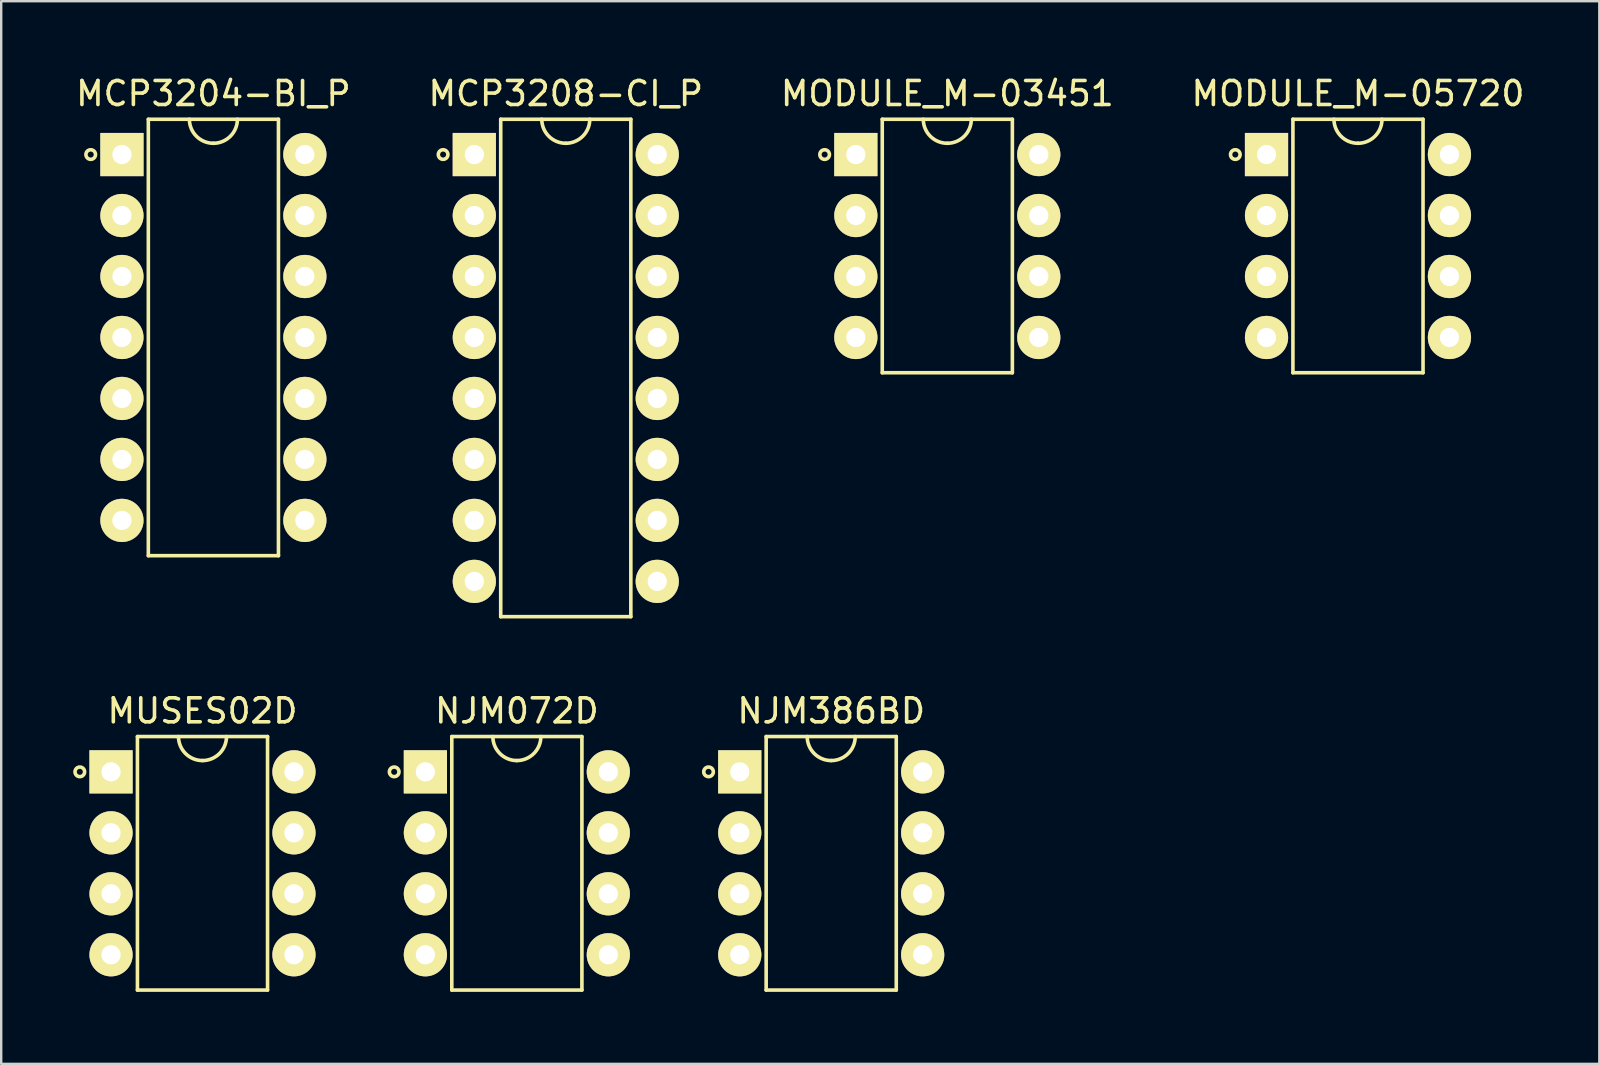
<source format=kicad_pcb>
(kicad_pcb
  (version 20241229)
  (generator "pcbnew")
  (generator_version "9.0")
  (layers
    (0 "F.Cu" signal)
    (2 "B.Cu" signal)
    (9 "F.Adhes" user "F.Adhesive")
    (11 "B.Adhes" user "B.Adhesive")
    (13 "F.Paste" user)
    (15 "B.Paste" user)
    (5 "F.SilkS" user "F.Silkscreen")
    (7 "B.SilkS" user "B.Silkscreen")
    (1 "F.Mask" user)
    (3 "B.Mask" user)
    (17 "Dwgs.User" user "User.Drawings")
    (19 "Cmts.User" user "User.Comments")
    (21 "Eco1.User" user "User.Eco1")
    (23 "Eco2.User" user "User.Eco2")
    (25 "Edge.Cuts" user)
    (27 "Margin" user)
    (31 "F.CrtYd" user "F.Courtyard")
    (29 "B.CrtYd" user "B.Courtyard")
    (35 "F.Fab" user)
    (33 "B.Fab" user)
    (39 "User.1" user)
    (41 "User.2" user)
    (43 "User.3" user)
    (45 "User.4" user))
  (footprint "NJM386BD"
    (layer "F.Cu")
    (at 27.765 29.102)
    (property "Reference" "NJM386BD" (at 3.81 -2.54 0) (layer "F.SilkS") (effects (font (size 1 1) (thickness 0.15))))
    (attr through_hole)
    (fp_line (start 1.1 -1.47) (end 6.52 -1.47) (stroke (width 0.15) (type solid)) (layer "F.SilkS"))
    (fp_line (start 1.1 9.09) (end 1.1 -1.47) (stroke (width 0.15) (type solid)) (layer "F.SilkS"))
    (fp_line (start 6.52 -1.47) (end 6.52 9.09) (stroke (width 0.15) (type solid)) (layer "F.SilkS"))
    (fp_line (start 6.52 9.09) (end 1.1 9.09) (stroke (width 0.15) (type solid)) (layer "F.SilkS"))
    (fp_arc (start 3.81 -0.47) (mid 3.102893 -0.762893) (end 2.81 -1.47) (stroke (width 0.15) (type solid)) (layer "F.SilkS"))
    (fp_arc (start 4.81 -1.47) (mid 4.517107 -0.762893) (end 3.81 -0.47) (stroke (width 0.15) (type solid)) (layer "F.SilkS"))
    (fp_circle (center -1.3 0) (end -1.3 0.2) (stroke (width 0.15) (type solid)) (fill no) (layer "F.SilkS"))
    (pad "1" thru_hole rect (at 0 0) (size 1.8 1.8) (drill 0.8) (layers "*.Cu" "*.Mask" "F.SilkS"))
    (pad "2" thru_hole circle (at 0 2.54) (size 1.8 1.8) (drill 0.8) (layers "*.Cu" "*.Mask" "F.SilkS"))
    (pad "3" thru_hole circle (at 0 5.08) (size 1.8 1.8) (drill 0.8) (layers "*.Cu" "*.Mask" "F.SilkS"))
    (pad "4" thru_hole circle (at 0 7.62) (size 1.8 1.8) (drill 0.8) (layers "*.Cu" "*.Mask" "F.SilkS"))
    (pad "5" thru_hole circle (at 7.62 7.62) (size 1.8 1.8) (drill 0.8) (layers "*.Cu" "*.Mask" "F.SilkS"))
    (pad "6" thru_hole circle (at 7.62 5.08) (size 1.8 1.8) (drill 0.8) (layers "*.Cu" "*.Mask" "F.SilkS"))
    (pad "7" thru_hole circle (at 7.62 2.54) (size 1.8 1.8) (drill 0.8) (layers "*.Cu" "*.Mask" "F.SilkS"))
    (pad "8" thru_hole circle (at 7.62 0) (size 1.8 1.8) (drill 0.8) (layers "*.Cu" "*.Mask" "F.SilkS")))
  (footprint "MCP3208-CI_P"
    (layer "F.Cu")
    (at 16.708 3.388)
    (property "Reference" "MCP3208-CI_P" (at 3.81 -2.54 0) (layer "F.SilkS") (effects (font (size 1 1) (thickness 0.15))))
    (attr through_hole)
    (fp_line (start 1.1 -1.47) (end 6.52 -1.47) (stroke (width 0.15) (type solid)) (layer "F.SilkS"))
    (fp_line (start 1.1 19.25) (end 1.1 -1.47) (stroke (width 0.15) (type solid)) (layer "F.SilkS"))
    (fp_line (start 6.52 -1.47) (end 6.52 19.25) (stroke (width 0.15) (type solid)) (layer "F.SilkS"))
    (fp_line (start 6.52 19.25) (end 1.1 19.25) (stroke (width 0.15) (type solid)) (layer "F.SilkS"))
    (fp_arc (start 3.81 -0.47) (mid 3.102893 -0.762893) (end 2.81 -1.47) (stroke (width 0.15) (type solid)) (layer "F.SilkS"))
    (fp_arc (start 4.81 -1.47) (mid 4.517107 -0.762893) (end 3.81 -0.47) (stroke (width 0.15) (type solid)) (layer "F.SilkS"))
    (fp_circle (center -1.3 0) (end -1.3 0.2) (stroke (width 0.15) (type solid)) (fill no) (layer "F.SilkS"))
    (pad "1" thru_hole rect (at 0 0) (size 1.8 1.8) (drill 0.8) (layers "*.Cu" "*.Mask" "F.SilkS"))
    (pad "2" thru_hole circle (at 0 2.54) (size 1.8 1.8) (drill 0.8) (layers "*.Cu" "*.Mask" "F.SilkS"))
    (pad "3" thru_hole circle (at 0 5.08) (size 1.8 1.8) (drill 0.8) (layers "*.Cu" "*.Mask" "F.SilkS"))
    (pad "4" thru_hole circle (at 0 7.62) (size 1.8 1.8) (drill 0.8) (layers "*.Cu" "*.Mask" "F.SilkS"))
    (pad "5" thru_hole circle (at 0 10.16) (size 1.8 1.8) (drill 0.8) (layers "*.Cu" "*.Mask" "F.SilkS"))
    (pad "6" thru_hole circle (at 0 12.7) (size 1.8 1.8) (drill 0.8) (layers "*.Cu" "*.Mask" "F.SilkS"))
    (pad "7" thru_hole circle (at 0 15.24) (size 1.8 1.8) (drill 0.8) (layers "*.Cu" "*.Mask" "F.SilkS"))
    (pad "8" thru_hole circle (at 0 17.78) (size 1.8 1.8) (drill 0.8) (layers "*.Cu" "*.Mask" "F.SilkS"))
    (pad "9" thru_hole circle (at 7.62 17.78) (size 1.8 1.8) (drill 0.8) (layers "*.Cu" "*.Mask" "F.SilkS"))
    (pad "10" thru_hole circle (at 7.62 15.24) (size 1.8 1.8) (drill 0.8) (layers "*.Cu" "*.Mask" "F.SilkS"))
    (pad "11" thru_hole circle (at 7.62 12.7) (size 1.8 1.8) (drill 0.8) (layers "*.Cu" "*.Mask" "F.SilkS"))
    (pad "12" thru_hole circle (at 7.62 10.16) (size 1.8 1.8) (drill 0.8) (layers "*.Cu" "*.Mask" "F.SilkS"))
    (pad "13" thru_hole circle (at 7.62 7.62) (size 1.8 1.8) (drill 0.8) (layers "*.Cu" "*.Mask" "F.SilkS"))
    (pad "14" thru_hole circle (at 7.62 5.08) (size 1.8 1.8) (drill 0.8) (layers "*.Cu" "*.Mask" "F.SilkS"))
    (pad "15" thru_hole circle (at 7.62 2.54) (size 1.8 1.8) (drill 0.8) (layers "*.Cu" "*.Mask" "F.SilkS"))
    (pad "16" thru_hole circle (at 7.62 0) (size 1.8 1.8) (drill 0.8) (layers "*.Cu" "*.Mask" "F.SilkS")))
  (footprint "MODULE_M-03451"
    (layer "F.Cu")
    (at 32.601 3.388)
    (property "Reference" "MODULE_M-03451" (at 3.81 -2.54 0) (layer "F.SilkS") (effects (font (size 1 1) (thickness 0.15))))
    (attr through_hole)
    (fp_line (start 1.1 -1.47) (end 6.52 -1.47) (stroke (width 0.15) (type solid)) (layer "F.SilkS"))
    (fp_line (start 1.1 9.09) (end 1.1 -1.47) (stroke (width 0.15) (type solid)) (layer "F.SilkS"))
    (fp_line (start 6.52 -1.47) (end 6.52 9.09) (stroke (width 0.15) (type solid)) (layer "F.SilkS"))
    (fp_line (start 6.52 9.09) (end 1.1 9.09) (stroke (width 0.15) (type solid)) (layer "F.SilkS"))
    (fp_arc (start 3.81 -0.47) (mid 3.102893 -0.762893) (end 2.81 -1.47) (stroke (width 0.15) (type solid)) (layer "F.SilkS"))
    (fp_arc (start 4.81 -1.47) (mid 4.517107 -0.762893) (end 3.81 -0.47) (stroke (width 0.15) (type solid)) (layer "F.SilkS"))
    (fp_circle (center -1.3 0) (end -1.3 0.2) (stroke (width 0.15) (type solid)) (fill no) (layer "F.SilkS"))
    (pad "1" thru_hole rect (at 0 0) (size 1.8 1.8) (drill 0.8) (layers "*.Cu" "*.Mask" "F.SilkS"))
    (pad "2" thru_hole circle (at 0 2.54) (size 1.8 1.8) (drill 0.8) (layers "*.Cu" "*.Mask" "F.SilkS"))
    (pad "3" thru_hole circle (at 0 5.08) (size 1.8 1.8) (drill 0.8) (layers "*.Cu" "*.Mask" "F.SilkS"))
    (pad "4" thru_hole circle (at 0 7.62) (size 1.8 1.8) (drill 0.8) (layers "*.Cu" "*.Mask" "F.SilkS"))
    (pad "5" thru_hole circle (at 7.62 7.62) (size 1.8 1.8) (drill 0.8) (layers "*.Cu" "*.Mask" "F.SilkS"))
    (pad "6" thru_hole circle (at 7.62 5.08) (size 1.8 1.8) (drill 0.8) (layers "*.Cu" "*.Mask" "F.SilkS"))
    (pad "7" thru_hole circle (at 7.62 2.54) (size 1.8 1.8) (drill 0.8) (layers "*.Cu" "*.Mask" "F.SilkS"))
    (pad "8" thru_hole circle (at 7.62 0) (size 1.8 1.8) (drill 0.8) (layers "*.Cu" "*.Mask" "F.SilkS")))
  (footprint "MCP3204-BI_P"
    (layer "F.Cu")
    (at 2.029 3.388)
    (property "Reference" "MCP3204-BI_P" (at 3.81 -2.54 0) (layer "F.SilkS") (effects (font (size 1 1) (thickness 0.15))))
    (attr through_hole)
    (fp_line (start 1.1 -1.47) (end 6.52 -1.47) (stroke (width 0.15) (type solid)) (layer "F.SilkS"))
    (fp_line (start 1.1 16.71) (end 1.1 -1.47) (stroke (width 0.15) (type solid)) (layer "F.SilkS"))
    (fp_line (start 6.52 -1.47) (end 6.52 16.71) (stroke (width 0.15) (type solid)) (layer "F.SilkS"))
    (fp_line (start 6.52 16.71) (end 1.1 16.71) (stroke (width 0.15) (type solid)) (layer "F.SilkS"))
    (fp_arc (start 3.81 -0.47) (mid 3.102893 -0.762893) (end 2.81 -1.47) (stroke (width 0.15) (type solid)) (layer "F.SilkS"))
    (fp_arc (start 4.81 -1.47) (mid 4.517107 -0.762893) (end 3.81 -0.47) (stroke (width 0.15) (type solid)) (layer "F.SilkS"))
    (fp_circle (center -1.3 0) (end -1.3 0.2) (stroke (width 0.15) (type solid)) (fill no) (layer "F.SilkS"))
    (pad "1" thru_hole rect (at 0 0) (size 1.8 1.8) (drill 0.8) (layers "*.Cu" "*.Mask" "F.SilkS"))
    (pad "2" thru_hole circle (at 0 2.54) (size 1.8 1.8) (drill 0.8) (layers "*.Cu" "*.Mask" "F.SilkS"))
    (pad "3" thru_hole circle (at 0 5.08) (size 1.8 1.8) (drill 0.8) (layers "*.Cu" "*.Mask" "F.SilkS"))
    (pad "4" thru_hole circle (at 0 7.62) (size 1.8 1.8) (drill 0.8) (layers "*.Cu" "*.Mask" "F.SilkS"))
    (pad "5" thru_hole circle (at 0 10.16) (size 1.8 1.8) (drill 0.8) (layers "*.Cu" "*.Mask" "F.SilkS"))
    (pad "6" thru_hole circle (at 0 12.7) (size 1.8 1.8) (drill 0.8) (layers "*.Cu" "*.Mask" "F.SilkS"))
    (pad "7" thru_hole circle (at 0 15.24) (size 1.8 1.8) (drill 0.8) (layers "*.Cu" "*.Mask" "F.SilkS"))
    (pad "8" thru_hole circle (at 7.62 15.24) (size 1.8 1.8) (drill 0.8) (layers "*.Cu" "*.Mask" "F.SilkS"))
    (pad "9" thru_hole circle (at 7.62 12.7) (size 1.8 1.8) (drill 0.8) (layers "*.Cu" "*.Mask" "F.SilkS"))
    (pad "10" thru_hole circle (at 7.62 10.16) (size 1.8 1.8) (drill 0.8) (layers "*.Cu" "*.Mask" "F.SilkS"))
    (pad "11" thru_hole circle (at 7.62 7.62) (size 1.8 1.8) (drill 0.8) (layers "*.Cu" "*.Mask" "F.SilkS"))
    (pad "12" thru_hole circle (at 7.62 5.08) (size 1.8 1.8) (drill 0.8) (layers "*.Cu" "*.Mask" "F.SilkS"))
    (pad "13" thru_hole circle (at 7.62 2.54) (size 1.8 1.8) (drill 0.8) (layers "*.Cu" "*.Mask" "F.SilkS"))
    (pad "14" thru_hole circle (at 7.62 0) (size 1.8 1.8) (drill 0.8) (layers "*.Cu" "*.Mask" "F.SilkS")))
  (footprint "NJM072D"
    (layer "F.Cu")
    (at 14.67 29.102)
    (property "Reference" "NJM072D" (at 3.81 -2.54 0) (layer "F.SilkS") (effects (font (size 1 1) (thickness 0.15))))
    (attr through_hole)
    (fp_line (start 1.1 -1.47) (end 6.52 -1.47) (stroke (width 0.15) (type solid)) (layer "F.SilkS"))
    (fp_line (start 1.1 9.09) (end 1.1 -1.47) (stroke (width 0.15) (type solid)) (layer "F.SilkS"))
    (fp_line (start 6.52 -1.47) (end 6.52 9.09) (stroke (width 0.15) (type solid)) (layer "F.SilkS"))
    (fp_line (start 6.52 9.09) (end 1.1 9.09) (stroke (width 0.15) (type solid)) (layer "F.SilkS"))
    (fp_arc (start 3.81 -0.47) (mid 3.102893 -0.762893) (end 2.81 -1.47) (stroke (width 0.15) (type solid)) (layer "F.SilkS"))
    (fp_arc (start 4.81 -1.47) (mid 4.517107 -0.762893) (end 3.81 -0.47) (stroke (width 0.15) (type solid)) (layer "F.SilkS"))
    (fp_circle (center -1.3 0) (end -1.3 0.2) (stroke (width 0.15) (type solid)) (fill no) (layer "F.SilkS"))
    (pad "1" thru_hole rect (at 0 0) (size 1.8 1.8) (drill 0.8) (layers "*.Cu" "*.Mask" "F.SilkS"))
    (pad "2" thru_hole circle (at 0 2.54) (size 1.8 1.8) (drill 0.8) (layers "*.Cu" "*.Mask" "F.SilkS"))
    (pad "3" thru_hole circle (at 0 5.08) (size 1.8 1.8) (drill 0.8) (layers "*.Cu" "*.Mask" "F.SilkS"))
    (pad "4" thru_hole circle (at 0 7.62) (size 1.8 1.8) (drill 0.8) (layers "*.Cu" "*.Mask" "F.SilkS"))
    (pad "5" thru_hole circle (at 7.62 7.62) (size 1.8 1.8) (drill 0.8) (layers "*.Cu" "*.Mask" "F.SilkS"))
    (pad "6" thru_hole circle (at 7.62 5.08) (size 1.8 1.8) (drill 0.8) (layers "*.Cu" "*.Mask" "F.SilkS"))
    (pad "7" thru_hole circle (at 7.62 2.54) (size 1.8 1.8) (drill 0.8) (layers "*.Cu" "*.Mask" "F.SilkS"))
    (pad "8" thru_hole circle (at 7.62 0) (size 1.8 1.8) (drill 0.8) (layers "*.Cu" "*.Mask" "F.SilkS")))
  (footprint "MODULE_M-05720"
    (layer "F.Cu")
    (at 49.708 3.388)
    (property "Reference" "MODULE_M-05720" (at 3.81 -2.54 0) (layer "F.SilkS") (effects (font (size 1 1) (thickness 0.15))))
    (attr through_hole)
    (fp_line (start 1.1 -1.47) (end 6.52 -1.47) (stroke (width 0.15) (type solid)) (layer "F.SilkS"))
    (fp_line (start 1.1 9.09) (end 1.1 -1.47) (stroke (width 0.15) (type solid)) (layer "F.SilkS"))
    (fp_line (start 6.52 -1.47) (end 6.52 9.09) (stroke (width 0.15) (type solid)) (layer "F.SilkS"))
    (fp_line (start 6.52 9.09) (end 1.1 9.09) (stroke (width 0.15) (type solid)) (layer "F.SilkS"))
    (fp_arc (start 3.81 -0.47) (mid 3.102893 -0.762893) (end 2.81 -1.47) (stroke (width 0.15) (type solid)) (layer "F.SilkS"))
    (fp_arc (start 4.81 -1.47) (mid 4.517107 -0.762893) (end 3.81 -0.47) (stroke (width 0.15) (type solid)) (layer "F.SilkS"))
    (fp_circle (center -1.3 0) (end -1.3 0.2) (stroke (width 0.15) (type solid)) (fill no) (layer "F.SilkS"))
    (pad "1" thru_hole rect (at 0 0) (size 1.8 1.8) (drill 0.8) (layers "*.Cu" "*.Mask" "F.SilkS"))
    (pad "2" thru_hole circle (at 0 2.54) (size 1.8 1.8) (drill 0.8) (layers "*.Cu" "*.Mask" "F.SilkS"))
    (pad "3" thru_hole circle (at 0 5.08) (size 1.8 1.8) (drill 0.8) (layers "*.Cu" "*.Mask" "F.SilkS"))
    (pad "4" thru_hole circle (at 0 7.62) (size 1.8 1.8) (drill 0.8) (layers "*.Cu" "*.Mask" "F.SilkS"))
    (pad "5" thru_hole circle (at 7.62 7.62) (size 1.8 1.8) (drill 0.8) (layers "*.Cu" "*.Mask" "F.SilkS"))
    (pad "6" thru_hole circle (at 7.62 5.08) (size 1.8 1.8) (drill 0.8) (layers "*.Cu" "*.Mask" "F.SilkS"))
    (pad "7" thru_hole circle (at 7.62 2.54) (size 1.8 1.8) (drill 0.8) (layers "*.Cu" "*.Mask" "F.SilkS"))
    (pad "8" thru_hole circle (at 7.62 0) (size 1.8 1.8) (drill 0.8) (layers "*.Cu" "*.Mask" "F.SilkS")))
  (footprint "MUSES02D"
    (layer "F.Cu")
    (at 1.575 29.102)
    (property "Reference" "MUSES02D" (at 3.81 -2.54 0) (layer "F.SilkS") (effects (font (size 1 1) (thickness 0.15))))
    (attr through_hole)
    (fp_line (start 1.1 -1.47) (end 6.52 -1.47) (stroke (width 0.15) (type solid)) (layer "F.SilkS"))
    (fp_line (start 1.1 9.09) (end 1.1 -1.47) (stroke (width 0.15) (type solid)) (layer "F.SilkS"))
    (fp_line (start 6.52 -1.47) (end 6.52 9.09) (stroke (width 0.15) (type solid)) (layer "F.SilkS"))
    (fp_line (start 6.52 9.09) (end 1.1 9.09) (stroke (width 0.15) (type solid)) (layer "F.SilkS"))
    (fp_arc (start 3.81 -0.47) (mid 3.102893 -0.762893) (end 2.81 -1.47) (stroke (width 0.15) (type solid)) (layer "F.SilkS"))
    (fp_arc (start 4.81 -1.47) (mid 4.517107 -0.762893) (end 3.81 -0.47) (stroke (width 0.15) (type solid)) (layer "F.SilkS"))
    (fp_circle (center -1.3 0) (end -1.3 0.2) (stroke (width 0.15) (type solid)) (fill no) (layer "F.SilkS"))
    (pad "1" thru_hole rect (at 0 0) (size 1.8 1.8) (drill 0.8) (layers "*.Cu" "*.Mask" "F.SilkS"))
    (pad "2" thru_hole circle (at 0 2.54) (size 1.8 1.8) (drill 0.8) (layers "*.Cu" "*.Mask" "F.SilkS"))
    (pad "3" thru_hole circle (at 0 5.08) (size 1.8 1.8) (drill 0.8) (layers "*.Cu" "*.Mask" "F.SilkS"))
    (pad "4" thru_hole circle (at 0 7.62) (size 1.8 1.8) (drill 0.8) (layers "*.Cu" "*.Mask" "F.SilkS"))
    (pad "5" thru_hole circle (at 7.62 7.62) (size 1.8 1.8) (drill 0.8) (layers "*.Cu" "*.Mask" "F.SilkS"))
    (pad "6" thru_hole circle (at 7.62 5.08) (size 1.8 1.8) (drill 0.8) (layers "*.Cu" "*.Mask" "F.SilkS"))
    (pad "7" thru_hole circle (at 7.62 2.54) (size 1.8 1.8) (drill 0.8) (layers "*.Cu" "*.Mask" "F.SilkS"))
    (pad "8" thru_hole circle (at 7.62 0) (size 1.8 1.8) (drill 0.8) (layers "*.Cu" "*.Mask" "F.SilkS")))
  (gr_rect
    (start -3 -3)
    (end 63.571 41.267)
    (stroke (width 0.1) (type default))
    (fill no)
    (layer "Edge.Cuts")))
</source>
